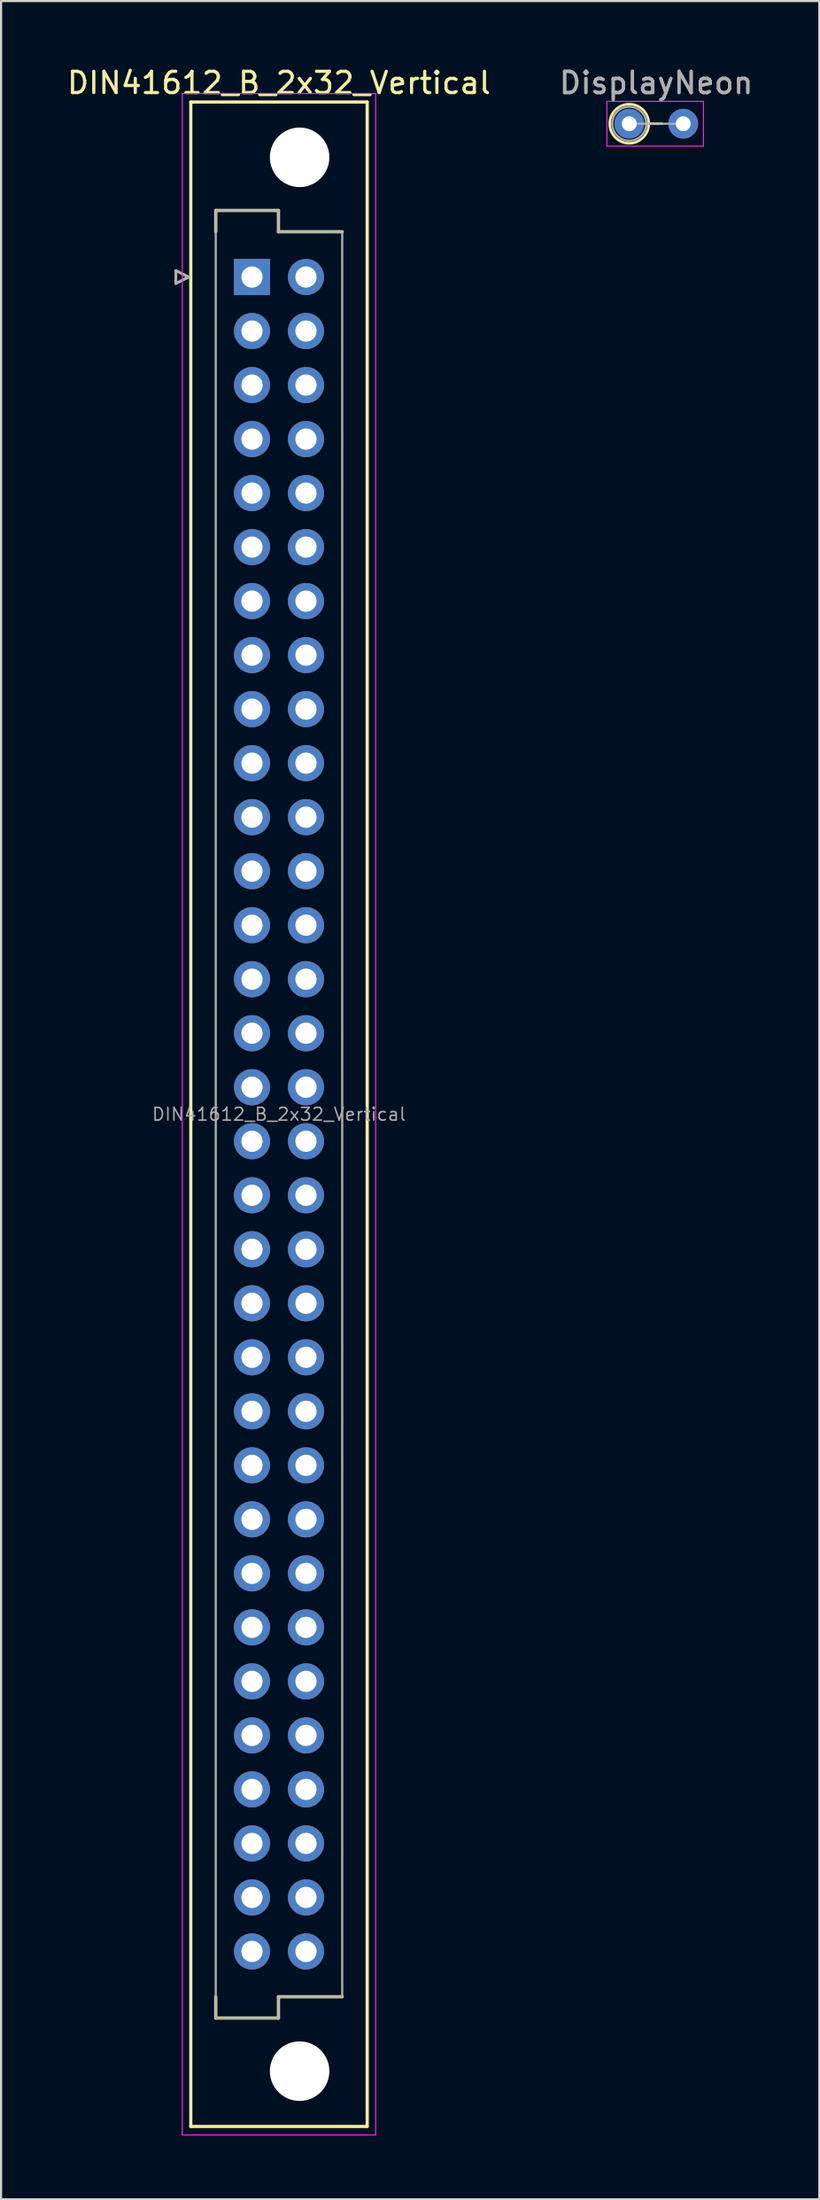
<source format=kicad_pcb>
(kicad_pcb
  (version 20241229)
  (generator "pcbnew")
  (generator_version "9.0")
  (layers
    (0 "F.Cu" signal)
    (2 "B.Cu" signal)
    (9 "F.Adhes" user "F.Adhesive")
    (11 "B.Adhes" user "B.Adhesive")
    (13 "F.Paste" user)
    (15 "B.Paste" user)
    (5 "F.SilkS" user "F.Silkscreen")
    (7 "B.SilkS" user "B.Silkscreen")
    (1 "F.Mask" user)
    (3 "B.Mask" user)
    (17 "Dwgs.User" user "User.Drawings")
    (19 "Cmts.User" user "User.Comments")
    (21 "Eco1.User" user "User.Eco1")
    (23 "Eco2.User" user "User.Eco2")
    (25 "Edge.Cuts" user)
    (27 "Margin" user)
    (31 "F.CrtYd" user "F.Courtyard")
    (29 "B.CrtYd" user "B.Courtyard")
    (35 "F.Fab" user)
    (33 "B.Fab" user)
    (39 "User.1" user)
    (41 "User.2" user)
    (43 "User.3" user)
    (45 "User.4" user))
  (footprint "DIN41612_B_2x32_Vertical"
    (layer "F.Cu")
    (at 8.807 9.978)
    (property "Reference" "DIN41612_B_2x32_Vertical" (at 1.27 -9.13 0) (layer "F.SilkS") (effects (font (size 1 1) (thickness 0.15))))
    (attr through_hole)
    (fp_line (start -3.58 -0.3) (end -3.58 0.3) (stroke (width 0.12) (type solid)) (layer "F.SilkS"))
    (fp_line (start -3.58 0.3) (end -2.98 0) (stroke (width 0.12) (type solid)) (layer "F.SilkS"))
    (fp_line (start -2.98 0) (end -3.58 -0.3) (stroke (width 0.12) (type solid)) (layer "F.SilkS"))
    (fp_line (start -2.88 -8.23) (end -2.88 86.97) (stroke (width 0.15) (type solid)) (layer "F.SilkS"))
    (fp_line (start -2.88 86.97) (end 5.42 86.97) (stroke (width 0.15) (type solid)) (layer "F.SilkS"))
    (fp_line (start -1.705 -3.13) (end 1.245 -3.13) (stroke (width 0.15) (type solid)) (layer "F.SilkS"))
    (fp_line (start -1.705 -2.13) (end -1.705 -3.13) (stroke (width 0.15) (type solid)) (layer "F.SilkS"))
    (fp_line (start -1.705 81.87) (end -1.705 80.87) (stroke (width 0.15) (type solid)) (layer "F.SilkS"))
    (fp_line (start 1.245 -3.13) (end 1.245 -2.13) (stroke (width 0.15) (type solid)) (layer "F.SilkS"))
    (fp_line (start 1.245 -2.13) (end 4.245 -2.13) (stroke (width 0.15) (type solid)) (layer "F.SilkS"))
    (fp_line (start 1.245 80.87) (end 1.245 81.87) (stroke (width 0.15) (type solid)) (layer "F.SilkS"))
    (fp_line (start 1.245 81.87) (end -1.705 81.87) (stroke (width 0.15) (type solid)) (layer "F.SilkS"))
    (fp_line (start 4.245 80.87) (end 1.245 80.87) (stroke (width 0.15) (type solid)) (layer "F.SilkS"))
    (fp_line (start 5.42 -8.23) (end -2.88 -8.23) (stroke (width 0.15) (type solid)) (layer "F.SilkS"))
    (fp_line (start 5.42 86.97) (end 5.42 -8.23) (stroke (width 0.15) (type solid)) (layer "F.SilkS"))
    (fp_line (start -3.28 -8.63) (end -3.28 87.37) (stroke (width 0.05) (type solid)) (layer "F.CrtYd"))
    (fp_line (start -3.28 87.37) (end 5.82 87.37) (stroke (width 0.05) (type solid)) (layer "F.CrtYd"))
    (fp_line (start 5.82 -8.63) (end -3.28 -8.63) (stroke (width 0.05) (type solid)) (layer "F.CrtYd"))
    (fp_line (start 5.82 87.37) (end 5.82 -8.63) (stroke (width 0.05) (type solid)) (layer "F.CrtYd"))
    (fp_line (start -3.58 -0.3) (end -3.58 0.3) (stroke (width 0.12) (type solid)) (layer "F.Fab"))
    (fp_line (start -3.58 0.3) (end -2.98 0) (stroke (width 0.12) (type solid)) (layer "F.Fab"))
    (fp_line (start -2.98 0) (end -3.58 -0.3) (stroke (width 0.12) (type solid)) (layer "F.Fab"))
    (fp_line (start -1.705 -3.13) (end 1.245 -3.13) (stroke (width 0.1) (type solid)) (layer "F.Fab"))
    (fp_line (start -1.705 -2.13) (end -1.705 -3.13) (stroke (width 0.1) (type solid)) (layer "F.Fab"))
    (fp_line (start -1.705 80.87) (end -1.705 -2.13) (stroke (width 0.1) (type solid)) (layer "F.Fab"))
    (fp_line (start -1.705 81.87) (end -1.705 80.87) (stroke (width 0.1) (type solid)) (layer "F.Fab"))
    (fp_line (start 1.245 -3.13) (end 1.245 -2.13) (stroke (width 0.1) (type solid)) (layer "F.Fab"))
    (fp_line (start 1.245 -2.13) (end 4.245 -2.13) (stroke (width 0.1) (type solid)) (layer "F.Fab"))
    (fp_line (start 1.245 80.87) (end 1.245 81.87) (stroke (width 0.1) (type solid)) (layer "F.Fab"))
    (fp_line (start 1.245 81.87) (end -1.705 81.87) (stroke (width 0.1) (type solid)) (layer "F.Fab"))
    (fp_line (start 4.245 -2.13) (end 4.245 80.87) (stroke (width 0.1) (type solid)) (layer "F.Fab"))
    (fp_line (start 4.245 80.87) (end 1.245 80.87) (stroke (width 0.1) (type solid)) (layer "F.Fab"))
    (fp_text user "${REFERENCE}" (at 1.27 39.37 0) (layer "F.Fab") (effects (font (size 0.6 0.6) (thickness 0.07))))
    (pad "" np_thru_hole circle (at 2.24 -5.63) (size 2.8 2.8) (drill 2.8) (layers "*.Cu" "*.Mask"))
    (pad "" np_thru_hole circle (at 2.24 84.37) (size 2.8 2.8) (drill 2.8) (layers "*.Cu" "*.Mask"))
    (pad "1" thru_hole rect (at 0 0) (size 1.7 1.7) (drill 1) (layers "*.Cu" "*.Mask"))
    (pad "2" thru_hole circle (at 0 2.54) (size 1.7 1.7) (drill 1) (layers "*.Cu" "*.Mask"))
    (pad "3" thru_hole circle (at 0 5.08) (size 1.7 1.7) (drill 1) (layers "*.Cu" "*.Mask"))
    (pad "4" thru_hole circle (at 0 7.62) (size 1.7 1.7) (drill 1) (layers "*.Cu" "*.Mask"))
    (pad "5" thru_hole circle (at 0 10.16) (size 1.7 1.7) (drill 1) (layers "*.Cu" "*.Mask"))
    (pad "6" thru_hole circle (at 0 12.7) (size 1.7 1.7) (drill 1) (layers "*.Cu" "*.Mask"))
    (pad "7" thru_hole circle (at 0 15.24) (size 1.7 1.7) (drill 1) (layers "*.Cu" "*.Mask"))
    (pad "8" thru_hole circle (at 0 17.78) (size 1.7 1.7) (drill 1) (layers "*.Cu" "*.Mask"))
    (pad "9" thru_hole circle (at 0 20.32) (size 1.7 1.7) (drill 1) (layers "*.Cu" "*.Mask"))
    (pad "10" thru_hole circle (at 0 22.86) (size 1.7 1.7) (drill 1) (layers "*.Cu" "*.Mask"))
    (pad "11" thru_hole circle (at 0 25.4) (size 1.7 1.7) (drill 1) (layers "*.Cu" "*.Mask"))
    (pad "12" thru_hole circle (at 0 27.94) (size 1.7 1.7) (drill 1) (layers "*.Cu" "*.Mask"))
    (pad "13" thru_hole circle (at 0 30.48) (size 1.7 1.7) (drill 1) (layers "*.Cu" "*.Mask"))
    (pad "14" thru_hole circle (at 0 33.02) (size 1.7 1.7) (drill 1) (layers "*.Cu" "*.Mask"))
    (pad "15" thru_hole circle (at 0 35.56) (size 1.7 1.7) (drill 1) (layers "*.Cu" "*.Mask"))
    (pad "16" thru_hole circle (at 0 38.1) (size 1.7 1.7) (drill 1) (layers "*.Cu" "*.Mask"))
    (pad "17" thru_hole circle (at 0 40.64) (size 1.7 1.7) (drill 1) (layers "*.Cu" "*.Mask"))
    (pad "18" thru_hole circle (at 0 43.18) (size 1.7 1.7) (drill 1) (layers "*.Cu" "*.Mask"))
    (pad "19" thru_hole circle (at 0 45.72) (size 1.7 1.7) (drill 1) (layers "*.Cu" "*.Mask"))
    (pad "20" thru_hole circle (at 0 48.26) (size 1.7 1.7) (drill 1) (layers "*.Cu" "*.Mask"))
    (pad "21" thru_hole circle (at 0 50.8) (size 1.7 1.7) (drill 1) (layers "*.Cu" "*.Mask"))
    (pad "22" thru_hole circle (at 0 53.34) (size 1.7 1.7) (drill 1) (layers "*.Cu" "*.Mask"))
    (pad "23" thru_hole circle (at 0 55.88) (size 1.7 1.7) (drill 1) (layers "*.Cu" "*.Mask"))
    (pad "24" thru_hole circle (at 0 58.42) (size 1.7 1.7) (drill 1) (layers "*.Cu" "*.Mask"))
    (pad "25" thru_hole circle (at 0 60.96) (size 1.7 1.7) (drill 1) (layers "*.Cu" "*.Mask"))
    (pad "26" thru_hole circle (at 0 63.5) (size 1.7 1.7) (drill 1) (layers "*.Cu" "*.Mask"))
    (pad "27" thru_hole circle (at 0 66.04) (size 1.7 1.7) (drill 1) (layers "*.Cu" "*.Mask"))
    (pad "28" thru_hole circle (at 0 68.58) (size 1.7 1.7) (drill 1) (layers "*.Cu" "*.Mask"))
    (pad "29" thru_hole circle (at 0 71.12) (size 1.7 1.7) (drill 1) (layers "*.Cu" "*.Mask"))
    (pad "30" thru_hole circle (at 0 73.66) (size 1.7 1.7) (drill 1) (layers "*.Cu" "*.Mask"))
    (pad "31" thru_hole circle (at 0 76.2) (size 1.7 1.7) (drill 1) (layers "*.Cu" "*.Mask"))
    (pad "32" thru_hole circle (at 0 78.74) (size 1.7 1.7) (drill 1) (layers "*.Cu" "*.Mask"))
    (pad "A" thru_hole circle (at 2.54 0) (size 1.7 1.7) (drill 1) (layers "*.Cu" "*.Mask"))
    (pad "AA" thru_hole circle (at 2.54 55.88) (size 1.7 1.7) (drill 1) (layers "*.Cu" "*.Mask"))
    (pad "AB" thru_hole circle (at 2.54 58.42) (size 1.7 1.7) (drill 1) (layers "*.Cu" "*.Mask"))
    (pad "AC" thru_hole circle (at 2.54 60.96) (size 1.7 1.7) (drill 1) (layers "*.Cu" "*.Mask"))
    (pad "AD" thru_hole circle (at 2.54 63.5) (size 1.7 1.7) (drill 1) (layers "*.Cu" "*.Mask"))
    (pad "AE" thru_hole circle (at 2.54 66.04) (size 1.7 1.7) (drill 1) (layers "*.Cu" "*.Mask"))
    (pad "AF" thru_hole circle (at 2.54 68.58) (size 1.7 1.7) (drill 1) (layers "*.Cu" "*.Mask"))
    (pad "AH" thru_hole circle (at 2.54 71.12) (size 1.7 1.7) (drill 1) (layers "*.Cu" "*.Mask"))
    (pad "AJ" thru_hole circle (at 2.54 73.66) (size 1.7 1.7) (drill 1) (layers "*.Cu" "*.Mask"))
    (pad "AK" thru_hole circle (at 2.54 76.2) (size 1.7 1.7) (drill 1) (layers "*.Cu" "*.Mask"))
    (pad "AL" thru_hole circle (at 2.54 78.74) (size 1.7 1.7) (drill 1) (layers "*.Cu" "*.Mask"))
    (pad "B" thru_hole circle (at 2.54 2.54) (size 1.7 1.7) (drill 1) (layers "*.Cu" "*.Mask"))
    (pad "C" thru_hole circle (at 2.54 5.08) (size 1.7 1.7) (drill 1) (layers "*.Cu" "*.Mask"))
    (pad "D" thru_hole circle (at 2.54 7.62) (size 1.7 1.7) (drill 1) (layers "*.Cu" "*.Mask"))
    (pad "E" thru_hole circle (at 2.54 10.16) (size 1.7 1.7) (drill 1) (layers "*.Cu" "*.Mask"))
    (pad "F" thru_hole circle (at 2.54 12.7) (size 1.7 1.7) (drill 1) (layers "*.Cu" "*.Mask"))
    (pad "H" thru_hole circle (at 2.54 15.24) (size 1.7 1.7) (drill 1) (layers "*.Cu" "*.Mask"))
    (pad "J" thru_hole circle (at 2.54 17.78) (size 1.7 1.7) (drill 1) (layers "*.Cu" "*.Mask"))
    (pad "K" thru_hole circle (at 2.54 20.32) (size 1.7 1.7) (drill 1) (layers "*.Cu" "*.Mask"))
    (pad "L" thru_hole circle (at 2.54 22.86) (size 1.7 1.7) (drill 1) (layers "*.Cu" "*.Mask"))
    (pad "M" thru_hole circle (at 2.54 25.4) (size 1.7 1.7) (drill 1) (layers "*.Cu" "*.Mask"))
    (pad "N" thru_hole circle (at 2.54 27.94) (size 1.7 1.7) (drill 1) (layers "*.Cu" "*.Mask"))
    (pad "P" thru_hole circle (at 2.54 30.48) (size 1.7 1.7) (drill 1) (layers "*.Cu" "*.Mask"))
    (pad "R" thru_hole circle (at 2.54 33.02) (size 1.7 1.7) (drill 1) (layers "*.Cu" "*.Mask"))
    (pad "S" thru_hole circle (at 2.54 35.56) (size 1.7 1.7) (drill 1) (layers "*.Cu" "*.Mask"))
    (pad "T" thru_hole circle (at 2.54 38.1) (size 1.7 1.7) (drill 1) (layers "*.Cu" "*.Mask"))
    (pad "U" thru_hole circle (at 2.54 40.64) (size 1.7 1.7) (drill 1) (layers "*.Cu" "*.Mask"))
    (pad "V" thru_hole circle (at 2.54 43.18) (size 1.7 1.7) (drill 1) (layers "*.Cu" "*.Mask"))
    (pad "W" thru_hole circle (at 2.54 45.72) (size 1.7 1.7) (drill 1) (layers "*.Cu" "*.Mask"))
    (pad "X" thru_hole circle (at 2.54 48.26) (size 1.7 1.7) (drill 1) (layers "*.Cu" "*.Mask"))
    (pad "Y" thru_hole circle (at 2.54 50.8) (size 1.7 1.7) (drill 1) (layers "*.Cu" "*.Mask"))
    (pad "Z" thru_hole circle (at 2.54 53.34) (size 1.7 1.7) (drill 1) (layers "*.Cu" "*.Mask")))
  (footprint "DisplayNeon"
    (layer "F.Cu")
    (at 27.827 2.768)
    (property "Reference" "DisplayNeon" (at 0 -1.92 0) (layer "F.Fab") (effects (font (size 1 1) (thickness 0.15))))
    (attr through_hole)
    (fp_line (start -0.35 0) (end 0.27 0) (stroke (width 0.12) (type solid)) (layer "F.SilkS"))
    (fp_circle (center -1.27 0) (end -0.35 0) (stroke (width 0.12) (type solid)) (fill no) (layer "F.SilkS"))
    (fp_line (start -2.32 -1.05) (end -2.32 1.05) (stroke (width 0.05) (type solid)) (layer "F.CrtYd"))
    (fp_line (start -2.32 1.05) (end 2.22 1.05) (stroke (width 0.05) (type solid)) (layer "F.CrtYd"))
    (fp_line (start 2.22 -1.05) (end -2.32 -1.05) (stroke (width 0.05) (type solid)) (layer "F.CrtYd"))
    (fp_line (start 2.22 1.05) (end 2.22 -1.05) (stroke (width 0.05) (type solid)) (layer "F.CrtYd"))
    (fp_line (start -1.27 0) (end 1.27 0) (stroke (width 0.1) (type solid)) (layer "F.Fab"))
    (fp_circle (center -1.27 0) (end -0.47 0) (stroke (width 0.1) (type solid)) (fill no) (layer "F.Fab"))
    (fp_text user "${REFERENCE}" (at 0 -1.92 0) (layer "F.Fab") (effects (font (size 1 1) (thickness 0.15))))
    (pad "1" thru_hole circle (at -1.27 0) (size 1.4 1.4) (drill 0.7) (layers "*.Cu" "*.Mask"))
    (pad "2" thru_hole oval (at 1.27 0) (size 1.4 1.4) (drill 0.7) (layers "*.Cu" "*.Mask")))
  (gr_rect
    (start -3 -3)
    (end 35.5 100.373)
    (stroke (width 0.1) (type default))
    (fill no)
    (layer "Edge.Cuts")))
</source>
